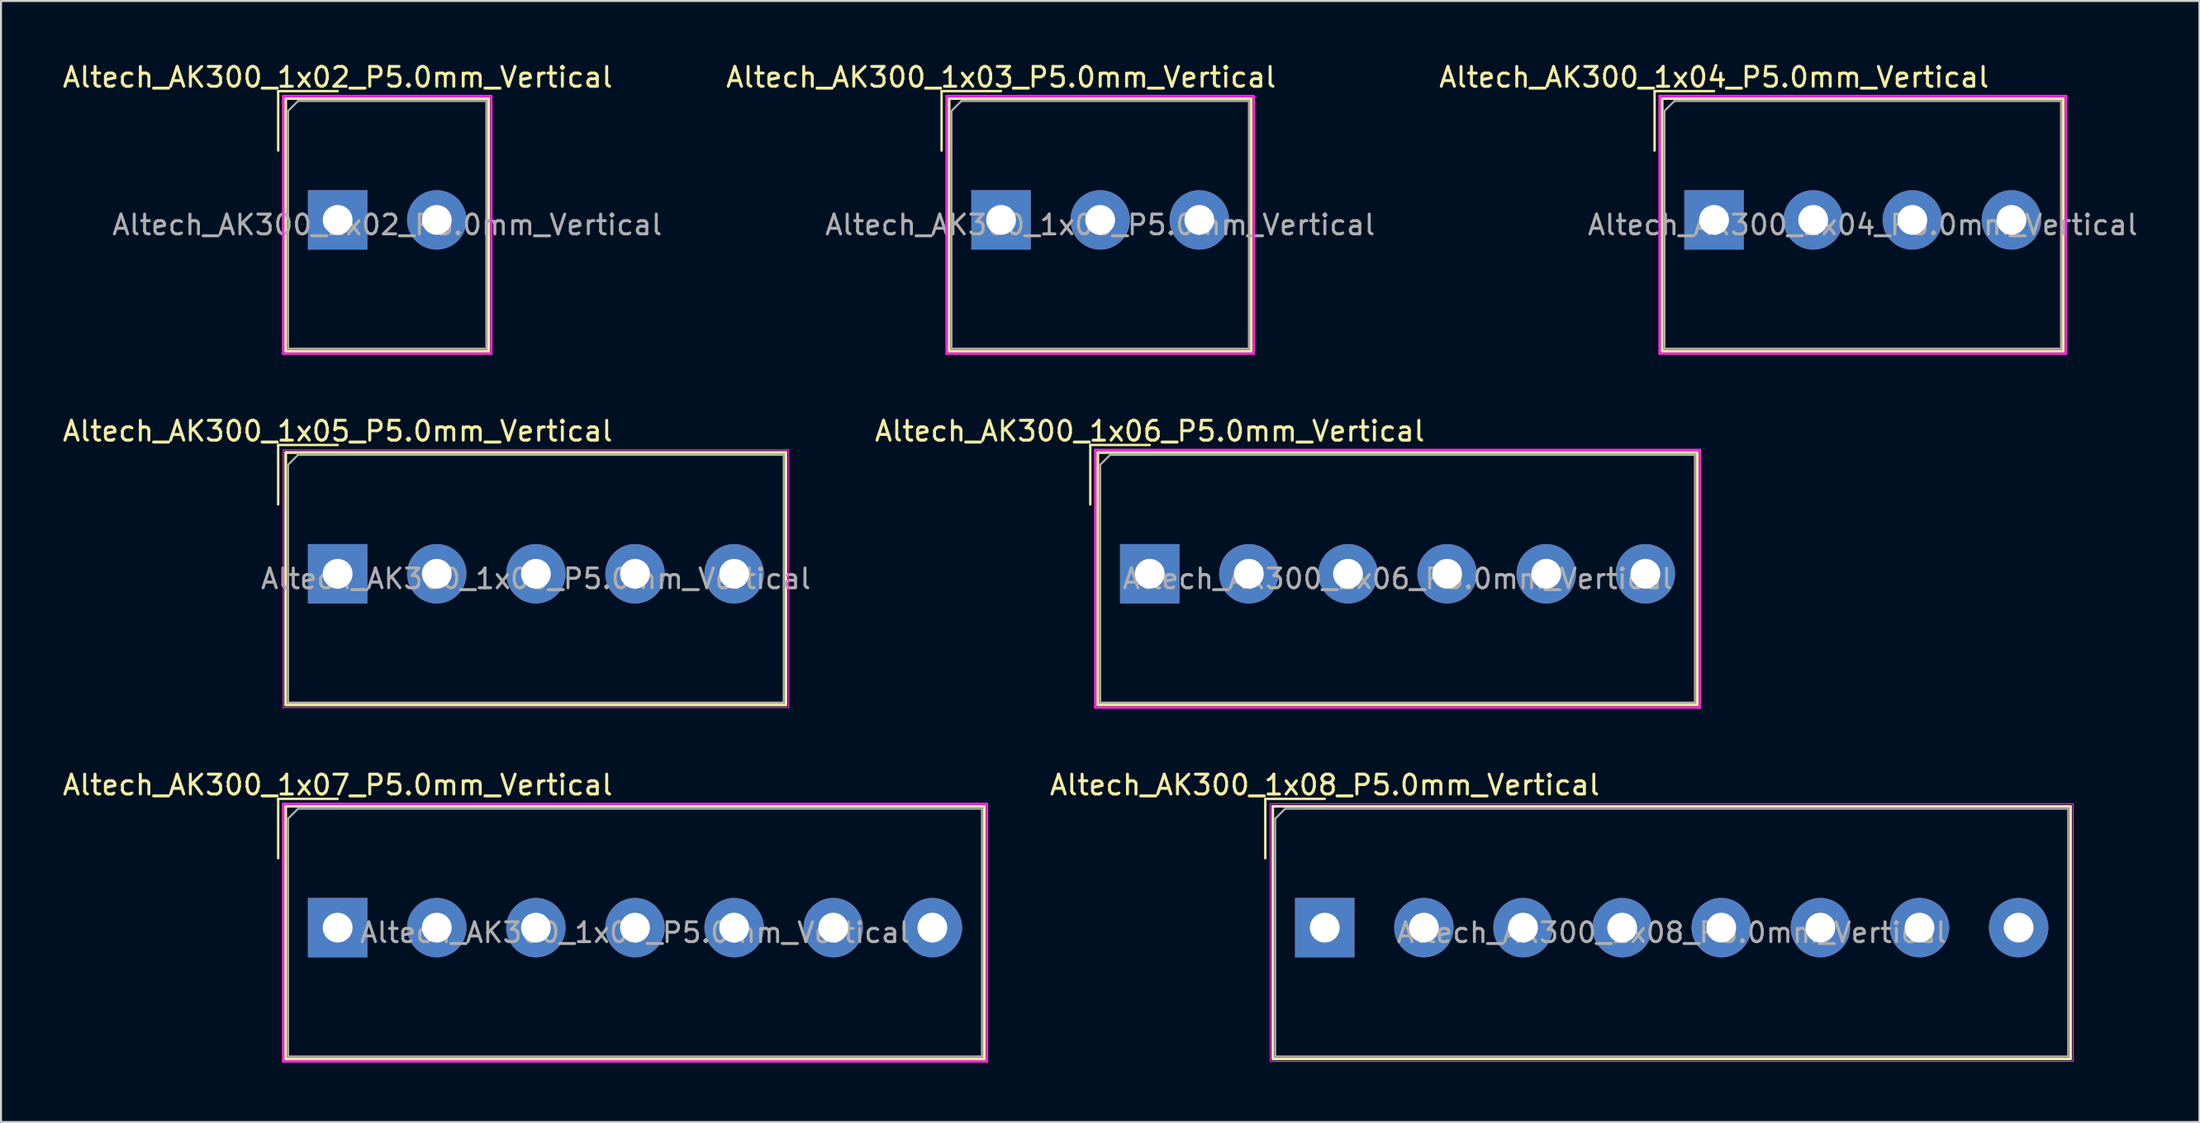
<source format=kicad_pcb>
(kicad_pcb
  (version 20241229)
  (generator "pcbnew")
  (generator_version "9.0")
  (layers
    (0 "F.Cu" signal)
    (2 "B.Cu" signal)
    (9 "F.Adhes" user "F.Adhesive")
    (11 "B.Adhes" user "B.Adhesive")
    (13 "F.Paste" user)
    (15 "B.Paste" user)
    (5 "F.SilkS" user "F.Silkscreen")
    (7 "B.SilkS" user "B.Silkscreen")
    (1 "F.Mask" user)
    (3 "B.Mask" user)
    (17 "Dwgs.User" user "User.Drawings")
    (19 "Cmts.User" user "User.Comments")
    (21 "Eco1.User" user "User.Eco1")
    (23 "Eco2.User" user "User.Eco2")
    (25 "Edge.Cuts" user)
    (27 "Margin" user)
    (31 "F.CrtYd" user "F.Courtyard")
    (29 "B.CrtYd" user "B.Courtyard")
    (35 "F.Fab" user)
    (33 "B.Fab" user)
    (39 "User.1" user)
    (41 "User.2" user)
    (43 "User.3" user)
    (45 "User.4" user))
  (footprint "Altech_AK300_1x02_P5.0mm_Vertical"
    (layer "F.Cu")
    (at 13.982 8.048)
    (property "Reference" "Altech_AK300_1x02_P5.0mm_Vertical" (at 0 -7.2 0) (layer "F.SilkS") (effects (font (size 1 1) (thickness 0.15))))
    (attr through_hole)
    (fp_line (start -3 -6.5) (end 0 -6.5) (stroke (width 0.12) (type solid)) (layer "F.SilkS"))
    (fp_line (start -3 -3.5) (end -3 -6.5) (stroke (width 0.12) (type solid)) (layer "F.SilkS"))
    (fp_line (start -2.62 -6.12) (end -2.62 6.62) (stroke (width 0.12) (type solid)) (layer "F.SilkS"))
    (fp_line (start -2.62 -6.12) (end -2.62 6.62) (stroke (width 0.12) (type solid)) (layer "F.SilkS"))
    (fp_line (start -2.62 -6.12) (end 7.62 -6.12) (stroke (width 0.12) (type solid)) (layer "F.SilkS"))
    (fp_line (start -2.62 -6.12) (end 7.62 -6.12) (stroke (width 0.12) (type solid)) (layer "F.SilkS"))
    (fp_line (start -2.62 6.62) (end 7.62 6.62) (stroke (width 0.12) (type solid)) (layer "F.SilkS"))
    (fp_line (start -2.62 6.62) (end 7.62 6.62) (stroke (width 0.12) (type solid)) (layer "F.SilkS"))
    (fp_line (start 7.62 -6.12) (end 7.62 6.62) (stroke (width 0.12) (type solid)) (layer "F.SilkS"))
    (fp_line (start 7.62 -6.12) (end 7.62 6.62) (stroke (width 0.12) (type solid)) (layer "F.SilkS"))
    (fp_line (start -2.75 -6.25) (end -2.75 6.75) (stroke (width 0.12) (type solid)) (layer "F.CrtYd"))
    (fp_line (start -2.75 -6.25) (end 7.75 -6.25) (stroke (width 0.12) (type solid)) (layer "F.CrtYd"))
    (fp_line (start -2.75 6.75) (end 7.75 6.75) (stroke (width 0.12) (type solid)) (layer "F.CrtYd"))
    (fp_line (start 7.75 -6.25) (end 7.75 6.75) (stroke (width 0.12) (type solid)) (layer "F.CrtYd"))
    (fp_line (start -2.5 -5.5) (end -2 -6) (stroke (width 0.1) (type solid)) (layer "F.Fab"))
    (fp_line (start -2.5 6.5) (end -2.5 -5.5) (stroke (width 0.1) (type solid)) (layer "F.Fab"))
    (fp_line (start -2 -6) (end 7.5 -6) (stroke (width 0.1) (type solid)) (layer "F.Fab"))
    (fp_line (start 7.5 -6) (end 7.5 6.5) (stroke (width 0.1) (type solid)) (layer "F.Fab"))
    (fp_line (start 7.5 6.5) (end -2.5 6.5) (stroke (width 0.1) (type solid)) (layer "F.Fab"))
    (fp_text user "${REFERENCE}" (at 2.5 0.25 0) (layer "F.Fab") (effects (font (size 1 1) (thickness 0.15))))
    (pad "1" thru_hole rect (at 0 0) (size 3 3) (drill 1.5) (layers "*.Cu" "*.Mask"))
    (pad "2" thru_hole circle (at 5 0) (size 3 3) (drill 1.5) (layers "*.Cu" "*.Mask")))
  (footprint "Altech_AK300_1x06_P5.0mm_Vertical"
    (layer "F.Cu")
    (at 54.946 25.907)
    (property "Reference" "Altech_AK300_1x06_P5.0mm_Vertical" (at 0 -7.2 0) (layer "F.SilkS") (effects (font (size 1 1) (thickness 0.15))))
    (attr through_hole)
    (fp_line (start -3 -6.5) (end 0 -6.5) (stroke (width 0.12) (type solid)) (layer "F.SilkS"))
    (fp_line (start -3 -3.5) (end -3 -6.5) (stroke (width 0.12) (type solid)) (layer "F.SilkS"))
    (fp_line (start -2.62 -6.12) (end -2.62 6.62) (stroke (width 0.12) (type solid)) (layer "F.SilkS"))
    (fp_line (start -2.62 -6.12) (end -2.62 6.62) (stroke (width 0.12) (type solid)) (layer "F.SilkS"))
    (fp_line (start -2.62 -6.12) (end 27.62 -6.12) (stroke (width 0.12) (type solid)) (layer "F.SilkS"))
    (fp_line (start -2.62 -6.12) (end 27.62 -6.12) (stroke (width 0.12) (type solid)) (layer "F.SilkS"))
    (fp_line (start -2.62 6.62) (end 27.62 6.62) (stroke (width 0.12) (type solid)) (layer "F.SilkS"))
    (fp_line (start -2.62 6.62) (end 27.62 6.62) (stroke (width 0.12) (type solid)) (layer "F.SilkS"))
    (fp_line (start 27.62 -6.12) (end 27.62 6.62) (stroke (width 0.12) (type solid)) (layer "F.SilkS"))
    (fp_line (start 27.62 -6.12) (end 27.62 6.62) (stroke (width 0.12) (type solid)) (layer "F.SilkS"))
    (fp_line (start -2.75 -6.25) (end -2.75 6.75) (stroke (width 0.12) (type solid)) (layer "F.CrtYd"))
    (fp_line (start -2.75 -6.25) (end 27.75 -6.25) (stroke (width 0.12) (type solid)) (layer "F.CrtYd"))
    (fp_line (start -2.75 6.75) (end 27.75 6.75) (stroke (width 0.12) (type solid)) (layer "F.CrtYd"))
    (fp_line (start 27.75 -6.25) (end 27.75 6.75) (stroke (width 0.12) (type solid)) (layer "F.CrtYd"))
    (fp_line (start -2.5 -5.5) (end -2 -6) (stroke (width 0.1) (type solid)) (layer "F.Fab"))
    (fp_line (start -2.5 6.5) (end -2.5 -5.5) (stroke (width 0.1) (type solid)) (layer "F.Fab"))
    (fp_line (start -2 -6) (end 27.5 -6) (stroke (width 0.1) (type solid)) (layer "F.Fab"))
    (fp_line (start 27.5 -6) (end 27.5 6.5) (stroke (width 0.1) (type solid)) (layer "F.Fab"))
    (fp_line (start 27.5 6.5) (end -2.5 6.5) (stroke (width 0.1) (type solid)) (layer "F.Fab"))
    (fp_text user "${REFERENCE}" (at 12.5 0.25 0) (layer "F.Fab") (effects (font (size 1 1) (thickness 0.15))))
    (pad "1" thru_hole rect (at 0 0) (size 3 3) (drill 1.5) (layers "*.Cu" "*.Mask"))
    (pad "2" thru_hole circle (at 5 0) (size 3 3) (drill 1.5) (layers "*.Cu" "*.Mask"))
    (pad "3" thru_hole circle (at 10 0) (size 3 3) (drill 1.5) (layers "*.Cu" "*.Mask"))
    (pad "4" thru_hole circle (at 15 0) (size 3 3) (drill 1.5) (layers "*.Cu" "*.Mask"))
    (pad "5" thru_hole circle (at 20 0) (size 3 3) (drill 1.5) (layers "*.Cu" "*.Mask"))
    (pad "6" thru_hole circle (at 25 0) (size 3 3) (drill 1.5) (layers "*.Cu" "*.Mask")))
  (footprint "Altech_AK300_1x08_P5.0mm_Vertical"
    (layer "F.Cu")
    (at 63.774 43.765)
    (property "Reference" "Altech_AK300_1x08_P5.0mm_Vertical" (at 0 -7.2 0) (layer "F.SilkS") (effects (font (size 1 1) (thickness 0.15))))
    (attr through_hole)
    (fp_line (start -3 -6.5) (end 0 -6.5) (stroke (width 0.12) (type solid)) (layer "F.SilkS"))
    (fp_line (start -3 -3.5) (end -3 -6.5) (stroke (width 0.12) (type solid)) (layer "F.SilkS"))
    (fp_line (start -2.62 -6.12) (end -2.62 6.62) (stroke (width 0.12) (type solid)) (layer "F.SilkS"))
    (fp_line (start -2.62 -6.12) (end -2.62 6.62) (stroke (width 0.12) (type solid)) (layer "F.SilkS"))
    (fp_line (start -2.62 -6.12) (end 37.62 -6.12) (stroke (width 0.12) (type solid)) (layer "F.SilkS"))
    (fp_line (start -2.62 -6.12) (end 37.62 -6.12) (stroke (width 0.12) (type solid)) (layer "F.SilkS"))
    (fp_line (start -2.62 6.62) (end 37.62 6.62) (stroke (width 0.12) (type solid)) (layer "F.SilkS"))
    (fp_line (start -2.62 6.62) (end 37.62 6.62) (stroke (width 0.12) (type solid)) (layer "F.SilkS"))
    (fp_line (start 37.62 -6.12) (end 37.62 6.62) (stroke (width 0.12) (type solid)) (layer "F.SilkS"))
    (fp_line (start 37.62 -6.12) (end 37.62 6.62) (stroke (width 0.12) (type solid)) (layer "F.SilkS"))
    (fp_line (start -2.75 -6.25) (end -2.75 6.75) (stroke (width 0.05) (type solid)) (layer "F.CrtYd"))
    (fp_line (start -2.75 -6.25) (end 37.75 -6.25) (stroke (width 0.05) (type solid)) (layer "F.CrtYd"))
    (fp_line (start -2.75 6.75) (end 37.75 6.75) (stroke (width 0.05) (type solid)) (layer "F.CrtYd"))
    (fp_line (start 37.75 -6.25) (end 37.75 6.75) (stroke (width 0.05) (type solid)) (layer "F.CrtYd"))
    (fp_line (start -2.5 -5.5) (end -2 -6) (stroke (width 0.1) (type solid)) (layer "F.Fab"))
    (fp_line (start -2.5 6.5) (end -2.5 -5.5) (stroke (width 0.1) (type solid)) (layer "F.Fab"))
    (fp_line (start -2 -6) (end 37.5 -6) (stroke (width 0.1) (type solid)) (layer "F.Fab"))
    (fp_line (start 37.5 -6) (end 37.5 6.5) (stroke (width 0.1) (type solid)) (layer "F.Fab"))
    (fp_line (start 37.5 6.5) (end -2.5 6.5) (stroke (width 0.1) (type solid)) (layer "F.Fab"))
    (fp_text user "${REFERENCE}" (at 17.5 0.25 0) (layer "F.Fab") (effects (font (size 1 1) (thickness 0.15))))
    (pad "1" thru_hole rect (at 0 0) (size 3 3) (drill 1.5) (layers "*.Cu" "*.Mask"))
    (pad "2" thru_hole circle (at 5 0) (size 3 3) (drill 1.5) (layers "*.Cu" "*.Mask"))
    (pad "3" thru_hole circle (at 10 0) (size 3 3) (drill 1.5) (layers "*.Cu" "*.Mask"))
    (pad "4" thru_hole circle (at 15 0) (size 3 3) (drill 1.5) (layers "*.Cu" "*.Mask"))
    (pad "5" thru_hole circle (at 20 0) (size 3 3) (drill 1.5) (layers "*.Cu" "*.Mask"))
    (pad "6" thru_hole circle (at 25 0) (size 3 3) (drill 1.5) (layers "*.Cu" "*.Mask"))
    (pad "7" thru_hole circle (at 30 0) (size 3 3) (drill 1.5) (layers "*.Cu" "*.Mask"))
    (pad "8" thru_hole circle (at 35 0) (size 3 3) (drill 1.5) (layers "*.Cu" "*.Mask")))
  (footprint "Altech_AK300_1x04_P5.0mm_Vertical"
    (layer "F.Cu")
    (at 83.411 8.048)
    (property "Reference" "Altech_AK300_1x04_P5.0mm_Vertical" (at 0 -7.2 0) (layer "F.SilkS") (effects (font (size 1 1) (thickness 0.15))))
    (attr through_hole)
    (fp_line (start -3 -6.5) (end 0 -6.5) (stroke (width 0.12) (type solid)) (layer "F.SilkS"))
    (fp_line (start -3 -3.5) (end -3 -6.5) (stroke (width 0.12) (type solid)) (layer "F.SilkS"))
    (fp_line (start -2.62 -6.12) (end -2.62 6.62) (stroke (width 0.12) (type solid)) (layer "F.SilkS"))
    (fp_line (start -2.62 -6.12) (end -2.62 6.62) (stroke (width 0.12) (type solid)) (layer "F.SilkS"))
    (fp_line (start -2.62 -6.12) (end 17.62 -6.12) (stroke (width 0.12) (type solid)) (layer "F.SilkS"))
    (fp_line (start -2.62 -6.12) (end 17.62 -6.12) (stroke (width 0.12) (type solid)) (layer "F.SilkS"))
    (fp_line (start -2.62 6.62) (end 17.62 6.62) (stroke (width 0.12) (type solid)) (layer "F.SilkS"))
    (fp_line (start -2.62 6.62) (end 17.62 6.62) (stroke (width 0.12) (type solid)) (layer "F.SilkS"))
    (fp_line (start 17.62 -6.12) (end 17.62 6.62) (stroke (width 0.12) (type solid)) (layer "F.SilkS"))
    (fp_line (start 17.62 -6.12) (end 17.62 6.62) (stroke (width 0.12) (type solid)) (layer "F.SilkS"))
    (fp_line (start -2.75 -6.25) (end -2.75 6.75) (stroke (width 0.12) (type solid)) (layer "F.CrtYd"))
    (fp_line (start -2.75 -6.25) (end 17.75 -6.25) (stroke (width 0.12) (type solid)) (layer "F.CrtYd"))
    (fp_line (start -2.75 6.75) (end 17.75 6.75) (stroke (width 0.12) (type solid)) (layer "F.CrtYd"))
    (fp_line (start 17.75 -6.25) (end 17.75 6.75) (stroke (width 0.12) (type solid)) (layer "F.CrtYd"))
    (fp_line (start -2.5 -5.5) (end -2 -6) (stroke (width 0.1) (type solid)) (layer "F.Fab"))
    (fp_line (start -2.5 6.5) (end -2.5 -5.5) (stroke (width 0.1) (type solid)) (layer "F.Fab"))
    (fp_line (start -2 -6) (end 17.5 -6) (stroke (width 0.1) (type solid)) (layer "F.Fab"))
    (fp_line (start 17.5 -6) (end 17.5 6.5) (stroke (width 0.1) (type solid)) (layer "F.Fab"))
    (fp_line (start 17.5 6.5) (end -2.5 6.5) (stroke (width 0.1) (type solid)) (layer "F.Fab"))
    (fp_text user "${REFERENCE}" (at 7.5 0.25 0) (layer "F.Fab") (effects (font (size 1 1) (thickness 0.15))))
    (pad "1" thru_hole rect (at 0 0) (size 3 3) (drill 1.5) (layers "*.Cu" "*.Mask"))
    (pad "2" thru_hole circle (at 5 0) (size 3 3) (drill 1.5) (layers "*.Cu" "*.Mask"))
    (pad "3" thru_hole circle (at 10 0) (size 3 3) (drill 1.5) (layers "*.Cu" "*.Mask"))
    (pad "4" thru_hole circle (at 15 0) (size 3 3) (drill 1.5) (layers "*.Cu" "*.Mask")))
  (footprint "Altech_AK300_1x03_P5.0mm_Vertical"
    (layer "F.Cu")
    (at 47.446 8.048)
    (property "Reference" "Altech_AK300_1x03_P5.0mm_Vertical" (at 0 -7.2 0) (layer "F.SilkS") (effects (font (size 1 1) (thickness 0.15))))
    (attr through_hole)
    (fp_line (start -3 -6.5) (end 0 -6.5) (stroke (width 0.12) (type solid)) (layer "F.SilkS"))
    (fp_line (start -3 -3.5) (end -3 -6.5) (stroke (width 0.12) (type solid)) (layer "F.SilkS"))
    (fp_line (start -2.62 -6.12) (end -2.62 6.62) (stroke (width 0.12) (type solid)) (layer "F.SilkS"))
    (fp_line (start -2.62 -6.12) (end -2.62 6.62) (stroke (width 0.12) (type solid)) (layer "F.SilkS"))
    (fp_line (start -2.62 -6.12) (end 12.62 -6.12) (stroke (width 0.12) (type solid)) (layer "F.SilkS"))
    (fp_line (start -2.62 -6.12) (end 12.62 -6.12) (stroke (width 0.12) (type solid)) (layer "F.SilkS"))
    (fp_line (start -2.62 6.62) (end 12.62 6.62) (stroke (width 0.12) (type solid)) (layer "F.SilkS"))
    (fp_line (start -2.62 6.62) (end 12.62 6.62) (stroke (width 0.12) (type solid)) (layer "F.SilkS"))
    (fp_line (start 12.62 -6.12) (end 12.62 6.62) (stroke (width 0.12) (type solid)) (layer "F.SilkS"))
    (fp_line (start 12.62 -6.12) (end 12.62 6.62) (stroke (width 0.12) (type solid)) (layer "F.SilkS"))
    (fp_line (start -2.75 -6.25) (end -2.75 6.75) (stroke (width 0.12) (type solid)) (layer "F.CrtYd"))
    (fp_line (start -2.75 -6.25) (end 12.75 -6.25) (stroke (width 0.12) (type solid)) (layer "F.CrtYd"))
    (fp_line (start -2.75 6.75) (end 12.75 6.75) (stroke (width 0.12) (type solid)) (layer "F.CrtYd"))
    (fp_line (start 12.75 -6.25) (end 12.75 6.75) (stroke (width 0.12) (type solid)) (layer "F.CrtYd"))
    (fp_line (start -2.5 -5.5) (end -2 -6) (stroke (width 0.1) (type solid)) (layer "F.Fab"))
    (fp_line (start -2.5 6.5) (end -2.5 -5.5) (stroke (width 0.1) (type solid)) (layer "F.Fab"))
    (fp_line (start -2 -6) (end 12.5 -6) (stroke (width 0.1) (type solid)) (layer "F.Fab"))
    (fp_line (start 12.5 -6) (end 12.5 6.5) (stroke (width 0.1) (type solid)) (layer "F.Fab"))
    (fp_line (start 12.5 6.5) (end -2.5 6.5) (stroke (width 0.1) (type solid)) (layer "F.Fab"))
    (fp_text user "${REFERENCE}" (at 5 0.25 0) (layer "F.Fab") (effects (font (size 1 1) (thickness 0.15))))
    (pad "1" thru_hole rect (at 0 0) (size 3 3) (drill 1.5) (layers "*.Cu" "*.Mask"))
    (pad "2" thru_hole circle (at 5 0) (size 3 3) (drill 1.5) (layers "*.Cu" "*.Mask"))
    (pad "3" thru_hole circle (at 10 0) (size 3 3) (drill 1.5) (layers "*.Cu" "*.Mask")))
  (footprint "Altech_AK300_1x05_P5.0mm_Vertical"
    (layer "F.Cu")
    (at 13.982 25.907)
    (property "Reference" "Altech_AK300_1x05_P5.0mm_Vertical" (at 0 -7.2 0) (layer "F.SilkS") (effects (font (size 1 1) (thickness 0.15))))
    (attr through_hole)
    (fp_line (start -3 -6.5) (end 0 -6.5) (stroke (width 0.12) (type solid)) (layer "F.SilkS"))
    (fp_line (start -3 -3.5) (end -3 -6.5) (stroke (width 0.12) (type solid)) (layer "F.SilkS"))
    (fp_line (start -2.62 -6.12) (end -2.62 6.62) (stroke (width 0.12) (type solid)) (layer "F.SilkS"))
    (fp_line (start -2.62 -6.12) (end -2.62 6.62) (stroke (width 0.12) (type solid)) (layer "F.SilkS"))
    (fp_line (start -2.62 -6.12) (end 22.62 -6.12) (stroke (width 0.12) (type solid)) (layer "F.SilkS"))
    (fp_line (start -2.62 -6.12) (end 22.62 -6.12) (stroke (width 0.12) (type solid)) (layer "F.SilkS"))
    (fp_line (start -2.62 6.62) (end 22.62 6.62) (stroke (width 0.12) (type solid)) (layer "F.SilkS"))
    (fp_line (start -2.62 6.62) (end 22.62 6.62) (stroke (width 0.12) (type solid)) (layer "F.SilkS"))
    (fp_line (start 22.62 -6.12) (end 22.62 6.62) (stroke (width 0.12) (type solid)) (layer "F.SilkS"))
    (fp_line (start 22.62 -6.12) (end 22.62 6.62) (stroke (width 0.12) (type solid)) (layer "F.SilkS"))
    (fp_line (start -2.75 -6.25) (end -2.75 6.75) (stroke (width 0.05) (type solid)) (layer "F.CrtYd"))
    (fp_line (start -2.75 -6.25) (end 22.75 -6.25) (stroke (width 0.05) (type solid)) (layer "F.CrtYd"))
    (fp_line (start -2.75 6.75) (end 22.75 6.75) (stroke (width 0.05) (type solid)) (layer "F.CrtYd"))
    (fp_line (start 22.75 -6.25) (end 22.75 6.75) (stroke (width 0.05) (type solid)) (layer "F.CrtYd"))
    (fp_line (start -2.5 -5.5) (end -2 -6) (stroke (width 0.1) (type solid)) (layer "F.Fab"))
    (fp_line (start -2.5 6.5) (end -2.5 -5.5) (stroke (width 0.1) (type solid)) (layer "F.Fab"))
    (fp_line (start -2 -6) (end 22.5 -6) (stroke (width 0.1) (type solid)) (layer "F.Fab"))
    (fp_line (start 22.5 -6) (end 22.5 6.5) (stroke (width 0.1) (type solid)) (layer "F.Fab"))
    (fp_line (start 22.5 6.5) (end -2.5 6.5) (stroke (width 0.1) (type solid)) (layer "F.Fab"))
    (fp_text user "${REFERENCE}" (at 10 0.25 0) (layer "F.Fab") (effects (font (size 1 1) (thickness 0.15))))
    (pad "1" thru_hole rect (at 0 0) (size 3 3) (drill 1.5) (layers "*.Cu" "*.Mask"))
    (pad "2" thru_hole circle (at 5 0) (size 3 3) (drill 1.5) (layers "*.Cu" "*.Mask"))
    (pad "3" thru_hole circle (at 10 0) (size 3 3) (drill 1.5) (layers "*.Cu" "*.Mask"))
    (pad "4" thru_hole circle (at 15 0) (size 3 3) (drill 1.5) (layers "*.Cu" "*.Mask"))
    (pad "5" thru_hole circle (at 20 0) (size 3 3) (drill 1.5) (layers "*.Cu" "*.Mask")))
  (footprint "Altech_AK300_1x07_P5.0mm_Vertical"
    (layer "F.Cu")
    (at 13.982 43.765)
    (property "Reference" "Altech_AK300_1x07_P5.0mm_Vertical" (at 0 -7.2 0) (layer "F.SilkS") (effects (font (size 1 1) (thickness 0.15))))
    (attr through_hole)
    (fp_line (start -3 -6.5) (end 0 -6.5) (stroke (width 0.12) (type solid)) (layer "F.SilkS"))
    (fp_line (start -3 -3.5) (end -3 -6.5) (stroke (width 0.12) (type solid)) (layer "F.SilkS"))
    (fp_line (start -2.62 -6.12) (end -2.62 6.62) (stroke (width 0.12) (type solid)) (layer "F.SilkS"))
    (fp_line (start -2.62 -6.12) (end -2.62 6.62) (stroke (width 0.12) (type solid)) (layer "F.SilkS"))
    (fp_line (start -2.62 -6.12) (end 32.62 -6.12) (stroke (width 0.12) (type solid)) (layer "F.SilkS"))
    (fp_line (start -2.62 -6.12) (end 32.62 -6.12) (stroke (width 0.12) (type solid)) (layer "F.SilkS"))
    (fp_line (start -2.62 6.62) (end 32.62 6.62) (stroke (width 0.12) (type solid)) (layer "F.SilkS"))
    (fp_line (start -2.62 6.62) (end 32.62 6.62) (stroke (width 0.12) (type solid)) (layer "F.SilkS"))
    (fp_line (start 32.62 -6.12) (end 32.62 6.62) (stroke (width 0.12) (type solid)) (layer "F.SilkS"))
    (fp_line (start 32.62 -6.12) (end 32.62 6.62) (stroke (width 0.12) (type solid)) (layer "F.SilkS"))
    (fp_line (start -2.75 -6.25) (end -2.75 6.75) (stroke (width 0.12) (type solid)) (layer "F.CrtYd"))
    (fp_line (start -2.75 -6.25) (end 32.75 -6.25) (stroke (width 0.12) (type solid)) (layer "F.CrtYd"))
    (fp_line (start -2.75 6.75) (end 32.75 6.75) (stroke (width 0.12) (type solid)) (layer "F.CrtYd"))
    (fp_line (start 32.75 -6.25) (end 32.75 6.75) (stroke (width 0.12) (type solid)) (layer "F.CrtYd"))
    (fp_line (start -2.5 -5.5) (end -2 -6) (stroke (width 0.1) (type solid)) (layer "F.Fab"))
    (fp_line (start -2.5 6.5) (end -2.5 -5.5) (stroke (width 0.1) (type solid)) (layer "F.Fab"))
    (fp_line (start -2 -6) (end 32.5 -6) (stroke (width 0.1) (type solid)) (layer "F.Fab"))
    (fp_line (start 32.5 -6) (end 32.5 6.5) (stroke (width 0.1) (type solid)) (layer "F.Fab"))
    (fp_line (start 32.5 6.5) (end -2.5 6.5) (stroke (width 0.1) (type solid)) (layer "F.Fab"))
    (fp_text user "${REFERENCE}" (at 15 0.25 0) (layer "F.Fab") (effects (font (size 1 1) (thickness 0.15))))
    (pad "1" thru_hole rect (at 0 0) (size 3 3) (drill 1.5) (layers "*.Cu" "*.Mask"))
    (pad "2" thru_hole circle (at 5 0) (size 3 3) (drill 1.5) (layers "*.Cu" "*.Mask"))
    (pad "3" thru_hole circle (at 10 0) (size 3 3) (drill 1.5) (layers "*.Cu" "*.Mask"))
    (pad "4" thru_hole circle (at 15 0) (size 3 3) (drill 1.5) (layers "*.Cu" "*.Mask"))
    (pad "5" thru_hole circle (at 20 0) (size 3 3) (drill 1.5) (layers "*.Cu" "*.Mask"))
    (pad "6" thru_hole circle (at 25 0) (size 3 3) (drill 1.5) (layers "*.Cu" "*.Mask"))
    (pad "7" thru_hole circle (at 30 0) (size 3 3) (drill 1.5) (layers "*.Cu" "*.Mask")))
  (gr_rect
    (start -3 -3)
    (end 107.893 53.575)
    (stroke (width 0.1) (type default))
    (fill no)
    (layer "Edge.Cuts")))
</source>
